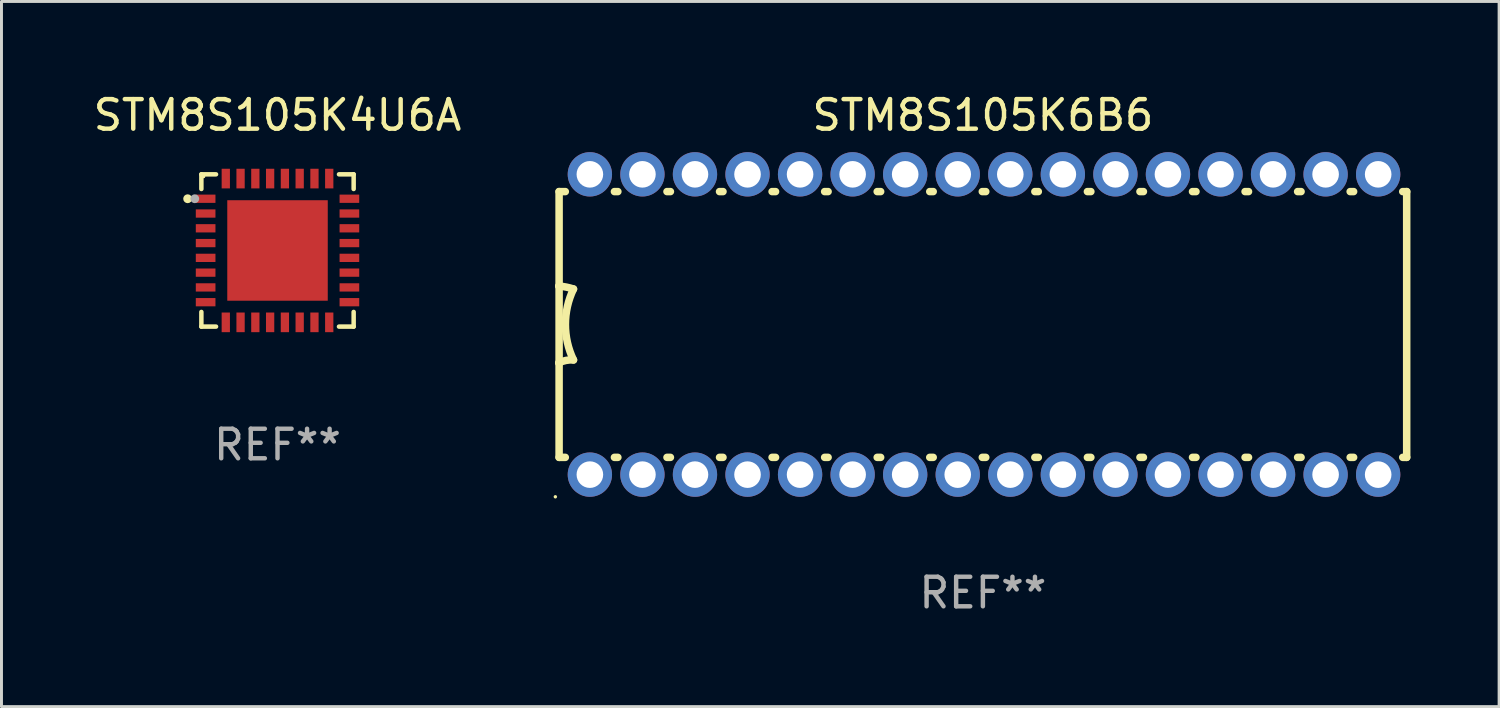
<source format=kicad_pcb>
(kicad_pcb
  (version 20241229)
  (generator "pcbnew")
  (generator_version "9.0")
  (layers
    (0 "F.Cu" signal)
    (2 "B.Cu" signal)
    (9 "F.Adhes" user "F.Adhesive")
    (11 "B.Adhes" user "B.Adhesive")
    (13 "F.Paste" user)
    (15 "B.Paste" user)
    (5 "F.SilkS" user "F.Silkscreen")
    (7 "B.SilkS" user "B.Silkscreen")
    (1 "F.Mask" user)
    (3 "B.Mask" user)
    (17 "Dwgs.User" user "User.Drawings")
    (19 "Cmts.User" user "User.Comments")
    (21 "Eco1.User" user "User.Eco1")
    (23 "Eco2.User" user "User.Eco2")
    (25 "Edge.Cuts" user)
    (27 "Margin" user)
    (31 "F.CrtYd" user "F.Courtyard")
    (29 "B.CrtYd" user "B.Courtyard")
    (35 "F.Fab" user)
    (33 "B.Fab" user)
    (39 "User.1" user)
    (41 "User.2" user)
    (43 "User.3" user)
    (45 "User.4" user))
  (footprint "STM8S105K6B6"
    (layer "F.Cu")
    (at 30.204 7.928)
    (property "Reference" "STM8S105K6B6" (at 0 -7.08 0) (layer "F.SilkS") (effects (font (size 1 1) (thickness 0.15))))
    (attr through_hole)
    (fp_line (start -14.338 -4.496) (end -14.128 -4.496) (stroke (width 0.254) (type solid)) (layer "F.SilkS"))
    (fp_line (start -14.338 -1.295) (end -14.338 -4.496) (stroke (width 0.254) (type solid)) (layer "F.SilkS"))
    (fp_line (start -14.338 1.295) (end -14.338 -1.295) (stroke (width 0.254) (type solid)) (layer "F.SilkS"))
    (fp_line (start -14.338 4.496) (end -14.338 1.295) (stroke (width 0.254) (type solid)) (layer "F.SilkS"))
    (fp_line (start -14.338 4.496) (end -14.128 4.496) (stroke (width 0.254) (type solid)) (layer "F.SilkS"))
    (fp_line (start -12.466 -4.496) (end -12.35 -4.496) (stroke (width 0.254) (type solid)) (layer "F.SilkS"))
    (fp_line (start -12.466 4.496) (end -12.35 4.496) (stroke (width 0.254) (type solid)) (layer "F.SilkS"))
    (fp_line (start -10.688 -4.496) (end -10.572 -4.496) (stroke (width 0.254) (type solid)) (layer "F.SilkS"))
    (fp_line (start -10.688 4.496) (end -10.572 4.496) (stroke (width 0.254) (type solid)) (layer "F.SilkS"))
    (fp_line (start -8.91 -4.496) (end -8.793 -4.496) (stroke (width 0.254) (type solid)) (layer "F.SilkS"))
    (fp_line (start -8.91 4.496) (end -8.793 4.496) (stroke (width 0.254) (type solid)) (layer "F.SilkS"))
    (fp_line (start -7.132 -4.496) (end -7.015 -4.496) (stroke (width 0.254) (type solid)) (layer "F.SilkS"))
    (fp_line (start -7.132 4.496) (end -7.015 4.496) (stroke (width 0.254) (type solid)) (layer "F.SilkS"))
    (fp_line (start -5.354 -4.496) (end -5.237 -4.496) (stroke (width 0.254) (type solid)) (layer "F.SilkS"))
    (fp_line (start -5.354 4.496) (end -5.237 4.496) (stroke (width 0.254) (type solid)) (layer "F.SilkS"))
    (fp_line (start -3.576 -4.496) (end -3.459 -4.496) (stroke (width 0.254) (type solid)) (layer "F.SilkS"))
    (fp_line (start -3.576 4.496) (end -3.459 4.496) (stroke (width 0.254) (type solid)) (layer "F.SilkS"))
    (fp_line (start -1.798 -4.496) (end -1.681 -4.496) (stroke (width 0.254) (type solid)) (layer "F.SilkS"))
    (fp_line (start -1.798 4.496) (end -1.681 4.496) (stroke (width 0.254) (type solid)) (layer "F.SilkS"))
    (fp_line (start -0.02 -4.496) (end 0.097 -4.496) (stroke (width 0.254) (type solid)) (layer "F.SilkS"))
    (fp_line (start -0.02 4.496) (end 0.097 4.496) (stroke (width 0.254) (type solid)) (layer "F.SilkS"))
    (fp_line (start 1.758 -4.496) (end 1.875 -4.496) (stroke (width 0.254) (type solid)) (layer "F.SilkS"))
    (fp_line (start 1.758 4.496) (end 1.875 4.496) (stroke (width 0.254) (type solid)) (layer "F.SilkS"))
    (fp_line (start 3.536 -4.496) (end 3.653 -4.496) (stroke (width 0.254) (type solid)) (layer "F.SilkS"))
    (fp_line (start 3.536 4.496) (end 3.653 4.496) (stroke (width 0.254) (type solid)) (layer "F.SilkS"))
    (fp_line (start 5.314 -4.496) (end 5.431 -4.496) (stroke (width 0.254) (type solid)) (layer "F.SilkS"))
    (fp_line (start 5.314 4.496) (end 5.431 4.496) (stroke (width 0.254) (type solid)) (layer "F.SilkS"))
    (fp_line (start 7.092 -4.496) (end 7.209 -4.496) (stroke (width 0.254) (type solid)) (layer "F.SilkS"))
    (fp_line (start 7.092 4.496) (end 7.209 4.496) (stroke (width 0.254) (type solid)) (layer "F.SilkS"))
    (fp_line (start 8.87 -4.496) (end 8.987 -4.496) (stroke (width 0.254) (type solid)) (layer "F.SilkS"))
    (fp_line (start 8.87 4.496) (end 8.987 4.496) (stroke (width 0.254) (type solid)) (layer "F.SilkS"))
    (fp_line (start 10.648 -4.496) (end 10.765 -4.496) (stroke (width 0.254) (type solid)) (layer "F.SilkS"))
    (fp_line (start 10.648 4.496) (end 10.765 4.496) (stroke (width 0.254) (type solid)) (layer "F.SilkS"))
    (fp_line (start 12.426 -4.496) (end 12.543 -4.496) (stroke (width 0.254) (type solid)) (layer "F.SilkS"))
    (fp_line (start 12.426 4.496) (end 12.543 4.496) (stroke (width 0.254) (type solid)) (layer "F.SilkS"))
    (fp_line (start 14.204 -4.496) (end 14.338 -4.496) (stroke (width 0.254) (type solid)) (layer "F.SilkS"))
    (fp_line (start 14.204 4.496) (end 14.338 4.496) (stroke (width 0.254) (type solid)) (layer "F.SilkS"))
    (fp_line (start 14.338 -4.496) (end 14.338 4.496) (stroke (width 0.254) (type solid)) (layer "F.SilkS"))
    (fp_arc (start -14.350902 -1.3) (mid -14.09779 -1.26556) (end -13.850902 -1.2) (stroke (width 0.254001) (type solid)) (layer "F.SilkS"))
    (fp_arc (start -14.350902 1.3) (mid -14.107595 1.216535) (end -13.850902 1.2) (stroke (width 0.254001) (type solid)) (layer "F.SilkS"))
    (fp_arc (start -13.850902 1.2) (mid -14.123939 0) (end -13.850902 -1.2) (stroke (width 0.254001) (type solid)) (layer "F.SilkS"))
    (fp_circle (center -14.465 5.83) (end -14.435 5.83) (stroke (width 0.06) (type solid)) (fill no) (layer "F.SilkS"))
    (fp_text user "REF**" (at 0 9.08 0) (layer "F.Fab") (effects (font (size 1 1) (thickness 0.15))))
    (pad "1" thru_hole circle (at -13.297 5.08) (size 1.5 1.5) (drill 0.9) (layers "*.Cu" "*.Mask"))
    (pad "2" thru_hole circle (at -11.519 5.08) (size 1.5 1.5) (drill 0.9) (layers "*.Cu" "*.Mask"))
    (pad "3" thru_hole circle (at -9.741 5.08) (size 1.5 1.5) (drill 0.9) (layers "*.Cu" "*.Mask"))
    (pad "4" thru_hole circle (at -7.963 5.08) (size 1.5 1.5) (drill 0.9) (layers "*.Cu" "*.Mask"))
    (pad "5" thru_hole circle (at -6.185 5.08) (size 1.5 1.5) (drill 0.9) (layers "*.Cu" "*.Mask"))
    (pad "6" thru_hole circle (at -4.407 5.08) (size 1.5 1.5) (drill 0.9) (layers "*.Cu" "*.Mask"))
    (pad "7" thru_hole circle (at -2.629 5.08) (size 1.5 1.5) (drill 0.9) (layers "*.Cu" "*.Mask"))
    (pad "8" thru_hole circle (at -0.851 5.08) (size 1.5 1.5) (drill 0.9) (layers "*.Cu" "*.Mask"))
    (pad "9" thru_hole circle (at 0.927 5.08) (size 1.5 1.5) (drill 0.9) (layers "*.Cu" "*.Mask"))
    (pad "10" thru_hole circle (at 2.705 5.08) (size 1.5 1.5) (drill 0.9) (layers "*.Cu" "*.Mask"))
    (pad "11" thru_hole circle (at 4.483 5.08) (size 1.5 1.5) (drill 0.9) (layers "*.Cu" "*.Mask"))
    (pad "12" thru_hole circle (at 6.261 5.08) (size 1.5 1.5) (drill 0.9) (layers "*.Cu" "*.Mask"))
    (pad "13" thru_hole circle (at 8.039 5.08) (size 1.5 1.5) (drill 0.9) (layers "*.Cu" "*.Mask"))
    (pad "14" thru_hole circle (at 9.817 5.08) (size 1.5 1.5) (drill 0.9) (layers "*.Cu" "*.Mask"))
    (pad "15" thru_hole circle (at 11.595 5.08) (size 1.5 1.5) (drill 0.9) (layers "*.Cu" "*.Mask"))
    (pad "16" thru_hole circle (at 13.373 5.08) (size 1.5 1.5) (drill 0.9) (layers "*.Cu" "*.Mask"))
    (pad "17" thru_hole circle (at 13.373 -5.08) (size 1.5 1.5) (drill 0.9) (layers "*.Cu" "*.Mask"))
    (pad "18" thru_hole circle (at 11.595 -5.08) (size 1.5 1.5) (drill 0.9) (layers "*.Cu" "*.Mask"))
    (pad "19" thru_hole circle (at 9.817 -5.08) (size 1.5 1.5) (drill 0.9) (layers "*.Cu" "*.Mask"))
    (pad "20" thru_hole circle (at 8.039 -5.08) (size 1.5 1.5) (drill 0.9) (layers "*.Cu" "*.Mask"))
    (pad "21" thru_hole circle (at 6.261 -5.08) (size 1.5 1.5) (drill 0.9) (layers "*.Cu" "*.Mask"))
    (pad "22" thru_hole circle (at 4.483 -5.08) (size 1.5 1.5) (drill 0.9) (layers "*.Cu" "*.Mask"))
    (pad "23" thru_hole circle (at 2.705 -5.08) (size 1.5 1.5) (drill 0.9) (layers "*.Cu" "*.Mask"))
    (pad "24" thru_hole circle (at 0.927 -5.08) (size 1.5 1.5) (drill 0.9) (layers "*.Cu" "*.Mask"))
    (pad "25" thru_hole circle (at -0.851 -5.08) (size 1.5 1.5) (drill 0.9) (layers "*.Cu" "*.Mask"))
    (pad "26" thru_hole circle (at -2.629 -5.08) (size 1.5 1.5) (drill 0.9) (layers "*.Cu" "*.Mask"))
    (pad "27" thru_hole circle (at -4.407 -5.08) (size 1.5 1.5) (drill 0.9) (layers "*.Cu" "*.Mask"))
    (pad "28" thru_hole circle (at -6.185 -5.08) (size 1.5 1.5) (drill 0.9) (layers "*.Cu" "*.Mask"))
    (pad "29" thru_hole circle (at -7.963 -5.08) (size 1.5 1.5) (drill 0.9) (layers "*.Cu" "*.Mask"))
    (pad "30" thru_hole circle (at -9.741 -5.08) (size 1.5 1.5) (drill 0.9) (layers "*.Cu" "*.Mask"))
    (pad "31" thru_hole circle (at -11.519 -5.08) (size 1.5 1.5) (drill 0.9) (layers "*.Cu" "*.Mask"))
    (pad "32" thru_hole circle (at -13.297 -5.08) (size 1.5 1.5) (drill 0.9) (layers "*.Cu" "*.Mask")))
  (footprint "STM8S105K4U6A"
    (layer "F.Cu")
    (at 6.339 5.424)
    (property "Reference" "STM8S105K4U6A" (at 0 -4.576 0) (layer "F.SilkS") (effects (font (size 1 1) (thickness 0.15))))
    (attr through_hole)
    (fp_line (start -2.576 -2.576) (end -2.576 -2.08) (stroke (width 0.152) (type solid)) (layer "F.SilkS"))
    (fp_line (start -2.576 2.576) (end -2.576 2.08) (stroke (width 0.152) (type solid)) (layer "F.SilkS"))
    (fp_line (start -2.08 -2.576) (end -2.576 -2.576) (stroke (width 0.152) (type solid)) (layer "F.SilkS"))
    (fp_line (start -2.08 2.576) (end -2.576 2.576) (stroke (width 0.152) (type solid)) (layer "F.SilkS"))
    (fp_line (start 2.08 -2.576) (end 2.576 -2.576) (stroke (width 0.152) (type solid)) (layer "F.SilkS"))
    (fp_line (start 2.08 2.576) (end 2.576 2.576) (stroke (width 0.152) (type solid)) (layer "F.SilkS"))
    (fp_line (start 2.576 -2.576) (end 2.576 -2.08) (stroke (width 0.152) (type solid)) (layer "F.SilkS"))
    (fp_line (start 2.576 2.576) (end 2.576 2.08) (stroke (width 0.152) (type solid)) (layer "F.SilkS"))
    (fp_circle (center -3.04 -1.75) (end -2.965 -1.75) (stroke (width 0.15) (type solid)) (fill no) (layer "F.SilkS"))
    (fp_circle (center -2.5 -2.5) (end -2.47 -2.5) (stroke (width 0.06) (type solid)) (fill no) (layer "F.SilkS"))
    (fp_circle (center -2.8 -1.75) (end -2.725 -1.75) (stroke (width 0.15) (type solid)) (fill no) (layer "F.Fab"))
    (fp_text user "REF**" (at 0 6.576 0) (layer "F.Fab") (effects (font (size 1 1) (thickness 0.15))))
    (pad "1" smd rect (at -2.432 -1.75) (size 0.665 0.28) (layers "F.Cu" "F.Mask" "F.Paste"))
    (pad "2" smd rect (at -2.432 -1.25) (size 0.665 0.28) (layers "F.Cu" "F.Mask" "F.Paste"))
    (pad "3" smd rect (at -2.432 -0.75) (size 0.665 0.28) (layers "F.Cu" "F.Mask" "F.Paste"))
    (pad "4" smd rect (at -2.432 -0.25) (size 0.665 0.28) (layers "F.Cu" "F.Mask" "F.Paste"))
    (pad "5" smd rect (at -2.432 0.25) (size 0.665 0.28) (layers "F.Cu" "F.Mask" "F.Paste"))
    (pad "6" smd rect (at -2.432 0.75) (size 0.665 0.28) (layers "F.Cu" "F.Mask" "F.Paste"))
    (pad "7" smd rect (at -2.432 1.25) (size 0.665 0.28) (layers "F.Cu" "F.Mask" "F.Paste"))
    (pad "8" smd rect (at -2.432 1.75) (size 0.665 0.28) (layers "F.Cu" "F.Mask" "F.Paste"))
    (pad "9" smd rect (at -1.75 2.432) (size 0.28 0.665) (layers "F.Cu" "F.Mask" "F.Paste"))
    (pad "10" smd rect (at -1.25 2.432) (size 0.28 0.665) (layers "F.Cu" "F.Mask" "F.Paste"))
    (pad "11" smd rect (at -0.75 2.432) (size 0.28 0.665) (layers "F.Cu" "F.Mask" "F.Paste"))
    (pad "12" smd rect (at -0.25 2.432) (size 0.28 0.665) (layers "F.Cu" "F.Mask" "F.Paste"))
    (pad "13" smd rect (at 0.25 2.432) (size 0.28 0.665) (layers "F.Cu" "F.Mask" "F.Paste"))
    (pad "14" smd rect (at 0.75 2.432) (size 0.28 0.665) (layers "F.Cu" "F.Mask" "F.Paste"))
    (pad "15" smd rect (at 1.25 2.432) (size 0.28 0.665) (layers "F.Cu" "F.Mask" "F.Paste"))
    (pad "16" smd rect (at 1.75 2.432) (size 0.28 0.665) (layers "F.Cu" "F.Mask" "F.Paste"))
    (pad "17" smd rect (at 2.432 1.75) (size 0.665 0.28) (layers "F.Cu" "F.Mask" "F.Paste"))
    (pad "18" smd rect (at 2.432 1.25) (size 0.665 0.28) (layers "F.Cu" "F.Mask" "F.Paste"))
    (pad "19" smd rect (at 2.432 0.75) (size 0.665 0.28) (layers "F.Cu" "F.Mask" "F.Paste"))
    (pad "20" smd rect (at 2.432 0.25) (size 0.665 0.28) (layers "F.Cu" "F.Mask" "F.Paste"))
    (pad "21" smd rect (at 2.432 -0.25) (size 0.665 0.28) (layers "F.Cu" "F.Mask" "F.Paste"))
    (pad "22" smd rect (at 2.432 -0.75) (size 0.665 0.28) (layers "F.Cu" "F.Mask" "F.Paste"))
    (pad "23" smd rect (at 2.432 -1.25) (size 0.665 0.28) (layers "F.Cu" "F.Mask" "F.Paste"))
    (pad "24" smd rect (at 2.432 -1.75) (size 0.665 0.28) (layers "F.Cu" "F.Mask" "F.Paste"))
    (pad "25" smd rect (at 1.75 -2.432) (size 0.28 0.665) (layers "F.Cu" "F.Mask" "F.Paste"))
    (pad "26" smd rect (at 1.25 -2.432) (size 0.28 0.665) (layers "F.Cu" "F.Mask" "F.Paste"))
    (pad "27" smd rect (at 0.75 -2.432) (size 0.28 0.665) (layers "F.Cu" "F.Mask" "F.Paste"))
    (pad "28" smd rect (at 0.25 -2.432) (size 0.28 0.665) (layers "F.Cu" "F.Mask" "F.Paste"))
    (pad "29" smd rect (at -0.25 -2.432) (size 0.28 0.665) (layers "F.Cu" "F.Mask" "F.Paste"))
    (pad "30" smd rect (at -0.75 -2.432) (size 0.28 0.665) (layers "F.Cu" "F.Mask" "F.Paste"))
    (pad "31" smd rect (at -1.25 -2.432) (size 0.28 0.665) (layers "F.Cu" "F.Mask" "F.Paste"))
    (pad "32" smd rect (at -1.75 -2.432) (size 0.28 0.665) (layers "F.Cu" "F.Mask" "F.Paste"))
    (pad "33" smd rect (at 0 0) (size 3.4 3.4) (layers "F.Cu" "F.Mask" "F.Paste")))
  (gr_rect
    (start -3 -3)
    (end 47.669 20.857)
    (stroke (width 0.1) (type default))
    (fill no)
    (layer "Edge.Cuts")))
</source>
